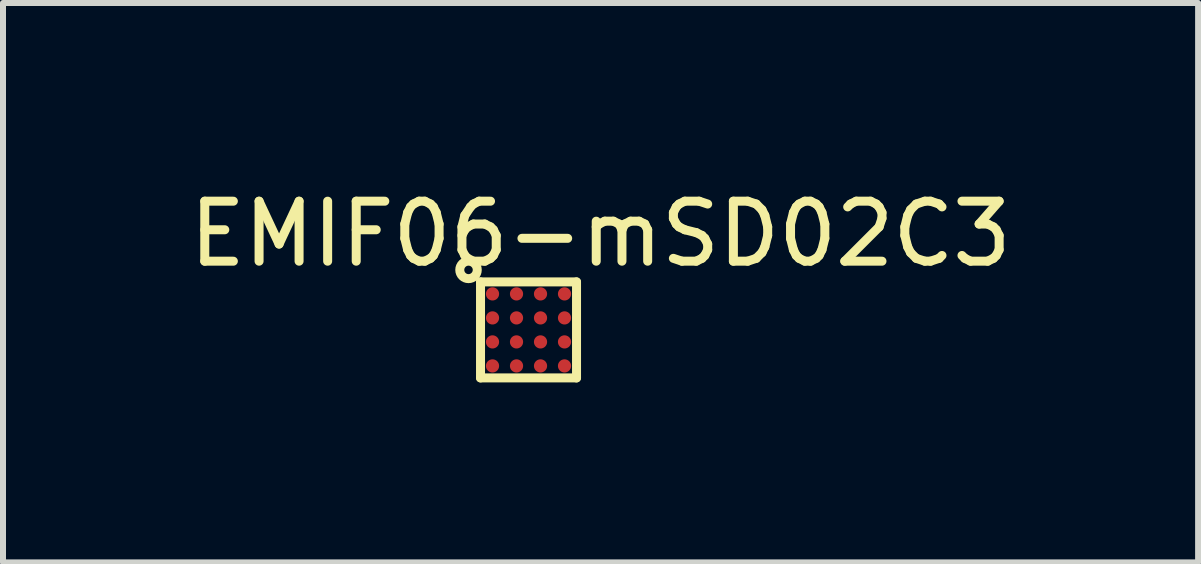
<source format=kicad_pcb>
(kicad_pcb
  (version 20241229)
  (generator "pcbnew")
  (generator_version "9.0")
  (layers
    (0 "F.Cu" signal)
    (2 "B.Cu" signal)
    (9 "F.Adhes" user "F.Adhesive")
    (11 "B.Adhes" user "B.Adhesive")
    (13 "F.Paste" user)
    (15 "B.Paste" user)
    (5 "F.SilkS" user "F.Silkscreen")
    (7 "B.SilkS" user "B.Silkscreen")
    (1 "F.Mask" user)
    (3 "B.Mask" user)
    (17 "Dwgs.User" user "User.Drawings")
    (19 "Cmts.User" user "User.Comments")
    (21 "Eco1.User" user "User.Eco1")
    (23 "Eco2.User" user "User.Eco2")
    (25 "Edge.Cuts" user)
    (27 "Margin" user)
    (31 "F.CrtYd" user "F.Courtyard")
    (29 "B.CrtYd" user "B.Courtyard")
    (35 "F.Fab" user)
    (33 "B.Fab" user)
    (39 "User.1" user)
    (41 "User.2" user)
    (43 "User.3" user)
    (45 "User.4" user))
  (footprint "EMIF06-mSD02C3"
    (layer "F.Cu")
    (at 5.158 1.848)
    (property "Reference" "EMIF06-mSD02C3" (at 1.8 -1 0) (layer "F.SilkS") (effects (font (size 1 1) (thickness 0.15))))
    (attr through_hole)
    (fp_line (start -0.2 -0.2) (end -0.2 1.4) (stroke (width 0.15) (type solid)) (layer "F.SilkS"))
    (fp_line (start -0.2 1.4) (end 1.4 1.4) (stroke (width 0.15) (type solid)) (layer "F.SilkS"))
    (fp_line (start 1.4 -0.2) (end -0.2 -0.2) (stroke (width 0.15) (type solid)) (layer "F.SilkS"))
    (fp_line (start 1.4 1.4) (end 1.4 -0.2) (stroke (width 0.15) (type solid)) (layer "F.SilkS"))
    (fp_circle (center -0.4 -0.4) (end -0.35 -0.35) (stroke (width 0.15) (type solid)) (fill no) (layer "F.SilkS"))
    (pad "A1" smd circle (at 0 0) (size 0.22 0.22) (layers "F.Cu" "F.Mask" "F.Paste"))
    (pad "A2" smd circle (at 0.4 0) (size 0.22 0.22) (layers "F.Cu" "F.Mask" "F.Paste"))
    (pad "A3" smd circle (at 0.8 0) (size 0.22 0.22) (layers "F.Cu" "F.Mask" "F.Paste"))
    (pad "A4" smd circle (at 1.2 0) (size 0.22 0.22) (layers "F.Cu" "F.Mask" "F.Paste"))
    (pad "B1" smd circle (at 0 0.4) (size 0.22 0.22) (layers "F.Cu" "F.Mask" "F.Paste"))
    (pad "B2" smd circle (at 0.4 0.4) (size 0.22 0.22) (layers "F.Cu" "F.Mask" "F.Paste"))
    (pad "B3" smd circle (at 0.8 0.4) (size 0.22 0.22) (layers "F.Cu" "F.Mask" "F.Paste"))
    (pad "B4" smd circle (at 1.2 0.4) (size 0.22 0.22) (layers "F.Cu" "F.Mask" "F.Paste"))
    (pad "C1" smd circle (at 0 0.8) (size 0.22 0.22) (layers "F.Cu" "F.Mask" "F.Paste"))
    (pad "C2" smd circle (at 0.4 0.8) (size 0.22 0.22) (layers "F.Cu" "F.Mask" "F.Paste"))
    (pad "C3" smd circle (at 0.8 0.8) (size 0.22 0.22) (layers "F.Cu" "F.Mask" "F.Paste"))
    (pad "C4" smd circle (at 1.2 0.8) (size 0.22 0.22) (layers "F.Cu" "F.Mask" "F.Paste"))
    (pad "D1" smd circle (at 0 1.2) (size 0.22 0.22) (layers "F.Cu" "F.Mask" "F.Paste"))
    (pad "D2" smd circle (at 0.4 1.2) (size 0.22 0.22) (layers "F.Cu" "F.Mask" "F.Paste"))
    (pad "D3" smd circle (at 0.8 1.2) (size 0.22 0.22) (layers "F.Cu" "F.Mask" "F.Paste"))
    (pad "D4" smd circle (at 1.2 1.2) (size 0.22 0.22) (layers "F.Cu" "F.Mask" "F.Paste")))
  (gr_rect
    (start -3 -3)
    (end 16.917 6.323)
    (stroke (width 0.1) (type default))
    (fill no)
    (layer "Edge.Cuts")))
</source>
